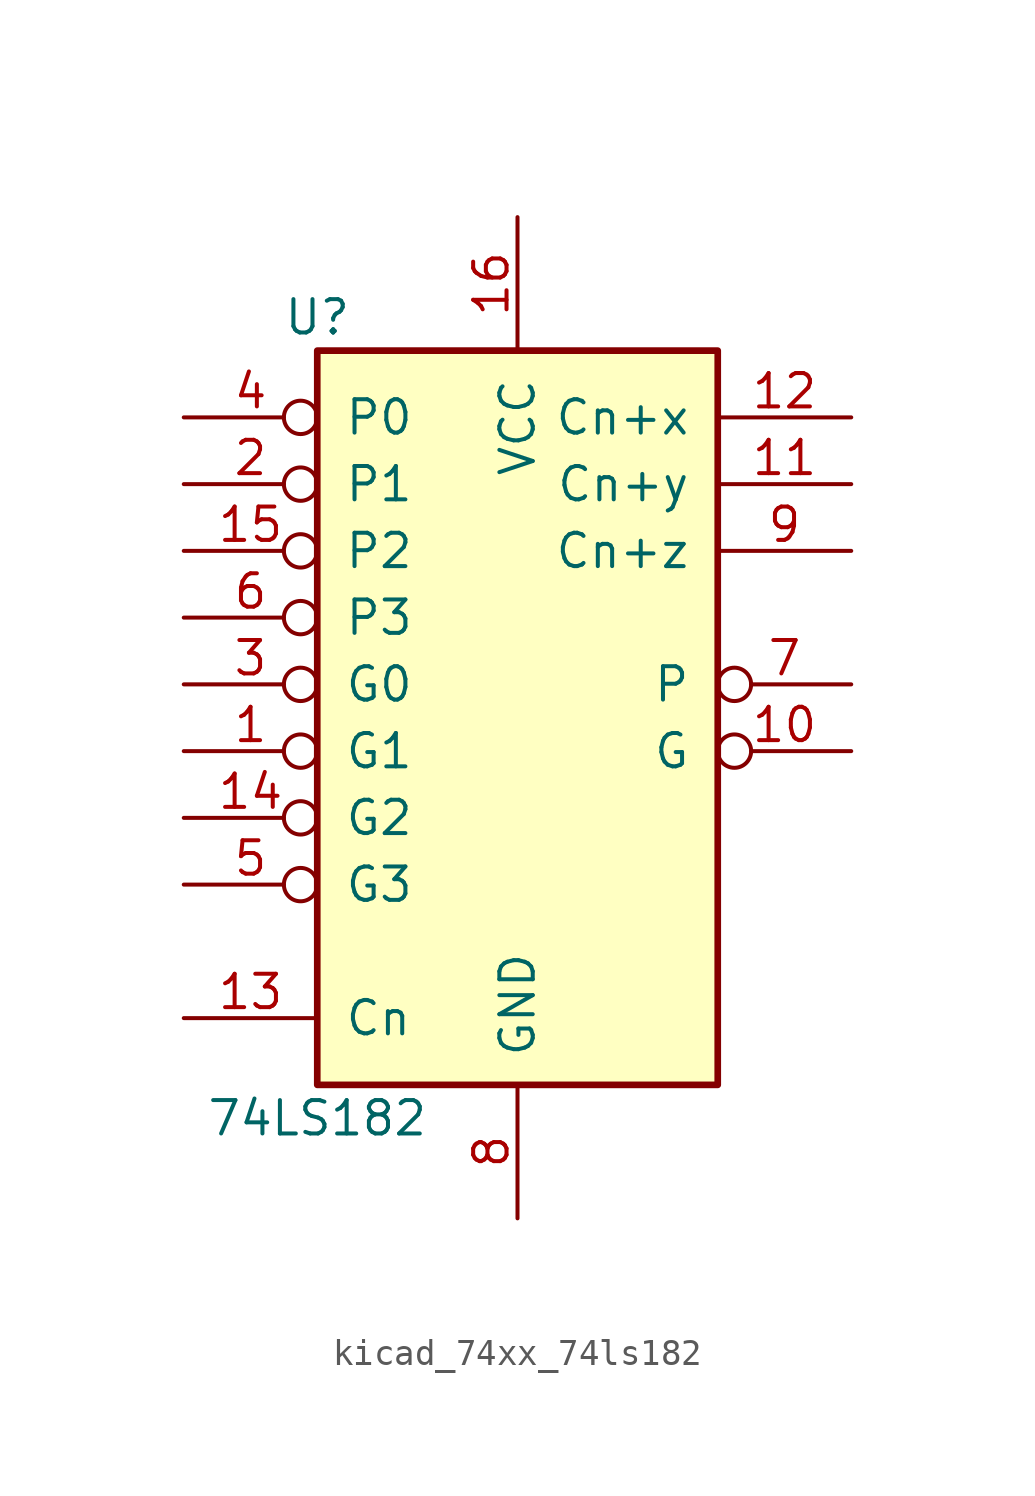
<source format=kicad_sym>
(kicad_symbol_lib
  (version 20220914)
  (generator kicad_symbol_editor)
  (symbol "kicad_74xx_74ls182"
    (pin_names
      (offset 1.016))
    (property "Reference" "U"
      (at -7.62 13.97 0)
      (effects (font (size 1.27 1.27))))
    (property "Value" "74LS182"
      (at -7.62 -16.51 0)
      (effects (font (size 1.27 1.27))))
    (property "ki_locked" ""
      (at 0 0 0)
      (effects (font (size 1.27 1.27))))
    (symbol "kicad_74xx_74ls182_1_0"
      (pin input inverted (at -12.7 -2.54 0) (length 5.08) (name "G1" (effects (font (size 1.27 1.27)))) (number "1" (effects (font (size 1.27 1.27)))))
      (pin output inverted (at 12.7 -2.54 180) (length 5.08) (name "G" (effects (font (size 1.27 1.27)))) (number "10" (effects (font (size 1.27 1.27)))))
      (pin output line (at 12.7 7.62 180) (length 5.08) (name "Cn+y" (effects (font (size 1.27 1.27)))) (number "11" (effects (font (size 1.27 1.27)))))
      (pin output line (at 12.7 10.16 180) (length 5.08) (name "Cn+x" (effects (font (size 1.27 1.27)))) (number "12" (effects (font (size 1.27 1.27)))))
      (pin input line (at -12.7 -12.7 0) (length 5.08) (name "Cn" (effects (font (size 1.27 1.27)))) (number "13" (effects (font (size 1.27 1.27)))))
      (pin input inverted (at -12.7 -5.08 0) (length 5.08) (name "G2" (effects (font (size 1.27 1.27)))) (number "14" (effects (font (size 1.27 1.27)))))
      (pin input inverted (at -12.7 5.08 0) (length 5.08) (name "P2" (effects (font (size 1.27 1.27)))) (number "15" (effects (font (size 1.27 1.27)))))
      (pin power_in line (at 0 17.78 270) (length 5.08) (name "VCC" (effects (font (size 1.27 1.27)))) (number "16" (effects (font (size 1.27 1.27)))))
      (pin input inverted (at -12.7 7.62 0) (length 5.08) (name "P1" (effects (font (size 1.27 1.27)))) (number "2" (effects (font (size 1.27 1.27)))))
      (pin input inverted (at -12.7 0 0) (length 5.08) (name "G0" (effects (font (size 1.27 1.27)))) (number "3" (effects (font (size 1.27 1.27)))))
      (pin input inverted (at -12.7 10.16 0) (length 5.08) (name "P0" (effects (font (size 1.27 1.27)))) (number "4" (effects (font (size 1.27 1.27)))))
      (pin input inverted (at -12.7 -7.62 0) (length 5.08) (name "G3" (effects (font (size 1.27 1.27)))) (number "5" (effects (font (size 1.27 1.27)))))
      (pin input inverted (at -12.7 2.54 0) (length 5.08) (name "P3" (effects (font (size 1.27 1.27)))) (number "6" (effects (font (size 1.27 1.27)))))
      (pin output inverted (at 12.7 0 180) (length 5.08) (name "P" (effects (font (size 1.27 1.27)))) (number "7" (effects (font (size 1.27 1.27)))))
      (pin power_in line (at 0 -20.32 90) (length 5.08) (name "GND" (effects (font (size 1.27 1.27)))) (number "8" (effects (font (size 1.27 1.27)))))
      (pin output line (at 12.7 5.08 180) (length 5.08) (name "Cn+z" (effects (font (size 1.27 1.27)))) (number "9" (effects (font (size 1.27 1.27))))))
    (symbol "kicad_74xx_74ls182_1_1"
      (rectangle (start -7.62 12.7) (end 7.62 -15.24) (stroke (width 0.254) (type default)) (fill (type background))))))
</source>
